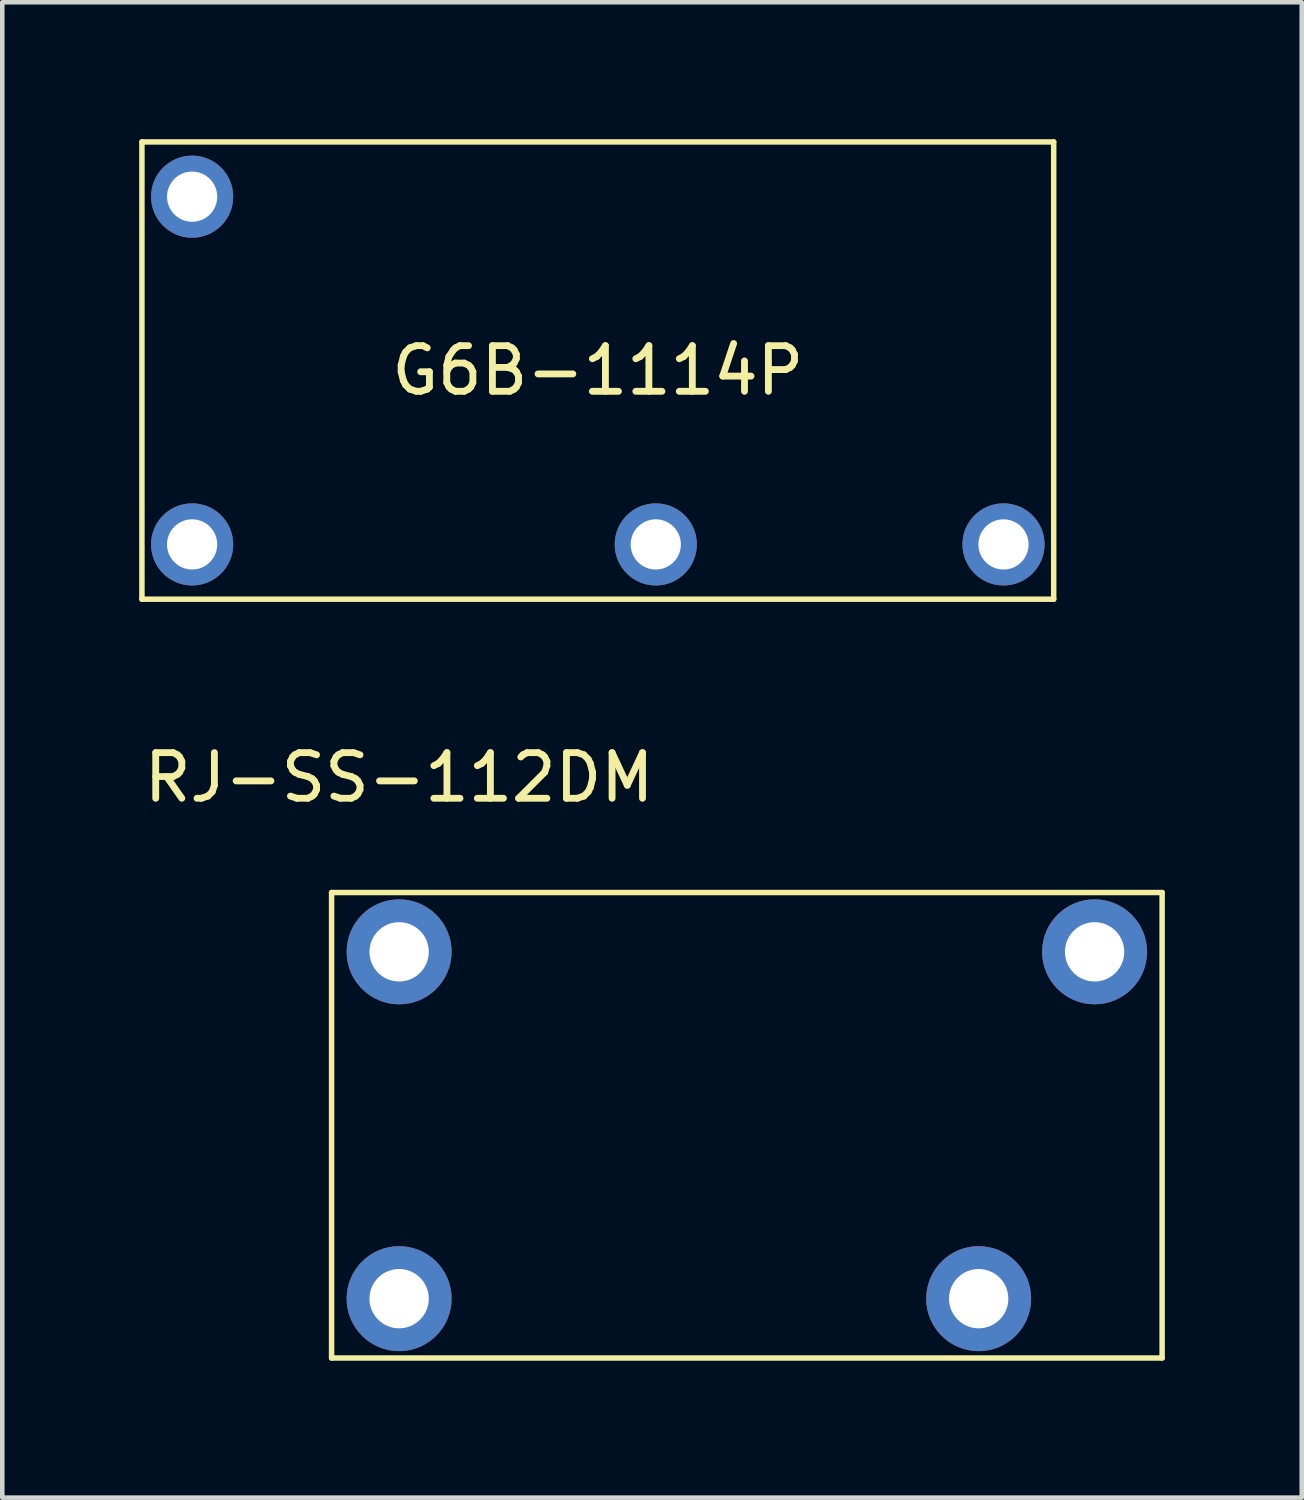
<source format=kicad_pcb>
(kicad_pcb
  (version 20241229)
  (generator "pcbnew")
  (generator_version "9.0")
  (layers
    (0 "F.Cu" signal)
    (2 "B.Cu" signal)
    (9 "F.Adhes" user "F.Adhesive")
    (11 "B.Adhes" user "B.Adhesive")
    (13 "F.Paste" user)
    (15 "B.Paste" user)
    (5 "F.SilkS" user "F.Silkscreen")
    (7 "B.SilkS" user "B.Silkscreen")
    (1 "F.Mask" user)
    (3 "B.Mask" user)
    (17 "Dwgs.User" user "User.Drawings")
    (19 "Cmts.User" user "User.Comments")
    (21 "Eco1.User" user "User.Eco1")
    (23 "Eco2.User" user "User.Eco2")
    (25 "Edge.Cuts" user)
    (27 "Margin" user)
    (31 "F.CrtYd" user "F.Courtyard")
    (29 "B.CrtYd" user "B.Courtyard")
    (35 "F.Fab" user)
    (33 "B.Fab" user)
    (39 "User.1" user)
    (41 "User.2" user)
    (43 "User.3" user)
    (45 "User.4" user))
  (footprint "RJ-SS-112DM"
    (layer "F.Cu")
    (at 13.316 21.608)
    (property "Reference" "RJ-SS-112DM" (at -7.62 -7.62 0) (layer "F.SilkS") (effects (font (size 1 1) (thickness 0.15))))
    (attr through_hole)
    (fp_line (start -9.1 -5.1) (end -9.1 5.1) (stroke (width 0.12) (type solid)) (layer "F.SilkS"))
    (fp_line (start -9.1 5.1) (end 9.1 5.1) (stroke (width 0.12) (type solid)) (layer "F.SilkS"))
    (fp_line (start 9.1 -5.1) (end -9.1 -5.1) (stroke (width 0.12) (type solid)) (layer "F.SilkS"))
    (fp_line (start 9.1 5.1) (end 9.1 -5.1) (stroke (width 0.12) (type solid)) (layer "F.SilkS"))
    (pad "11" thru_hole circle (at 5.08 3.8) (size 2.3 2.3) (drill 1.3) (layers "*.Cu" "*.Mask"))
    (pad "14" thru_hole circle (at 7.62 -3.8) (size 2.3 2.3) (drill 1.3) (layers "*.Cu" "*.Mask"))
    (pad "A1" thru_hole circle (at -7.62 -3.8) (size 2.3 2.3) (drill 1.3) (layers "*.Cu" "*.Mask"))
    (pad "A2" thru_hole circle (at -7.62 3.8) (size 2.3 2.3) (drill 1.3) (layers "*.Cu" "*.Mask")))
  (footprint "G6B-1114P"
    (layer "F.Cu")
    (at 1.16 1.26)
    (property "Reference" "G6B-1114P" (at 8.89 3.81 0) (layer "F.SilkS") (effects (font (size 1 1) (thickness 0.15))))
    (attr through_hole)
    (fp_line (start -1.1 -1.2) (end -1.1 8.82) (stroke (width 0.12) (type solid)) (layer "F.SilkS"))
    (fp_line (start -1.1 8.82) (end 18.88 8.82) (stroke (width 0.12) (type solid)) (layer "F.SilkS"))
    (fp_line (start 18.88 -1.2) (end -1.1 -1.2) (stroke (width 0.12) (type solid)) (layer "F.SilkS"))
    (fp_line (start 18.88 8.82) (end 18.88 -1.2) (stroke (width 0.12) (type solid)) (layer "F.SilkS"))
    (pad "1" thru_hole circle (at 0 7.62) (size 1.8 1.8) (drill 1.1) (layers "*.Cu" "*.Mask"))
    (pad "3" thru_hole circle (at 10.16 7.62) (size 1.8 1.8) (drill 1.1) (layers "*.Cu" "*.Mask"))
    (pad "4" thru_hole circle (at 17.78 7.62) (size 1.8 1.8) (drill 1.1) (layers "*.Cu" "*.Mask"))
    (pad "6" thru_hole circle (at 0 0) (size 1.8 1.8) (drill 1.1) (layers "*.Cu" "*.Mask")))
  (gr_rect
    (start -3 -3)
    (end 25.476 29.768)
    (stroke (width 0.1) (type default))
    (fill no)
    (layer "Edge.Cuts")))
</source>
